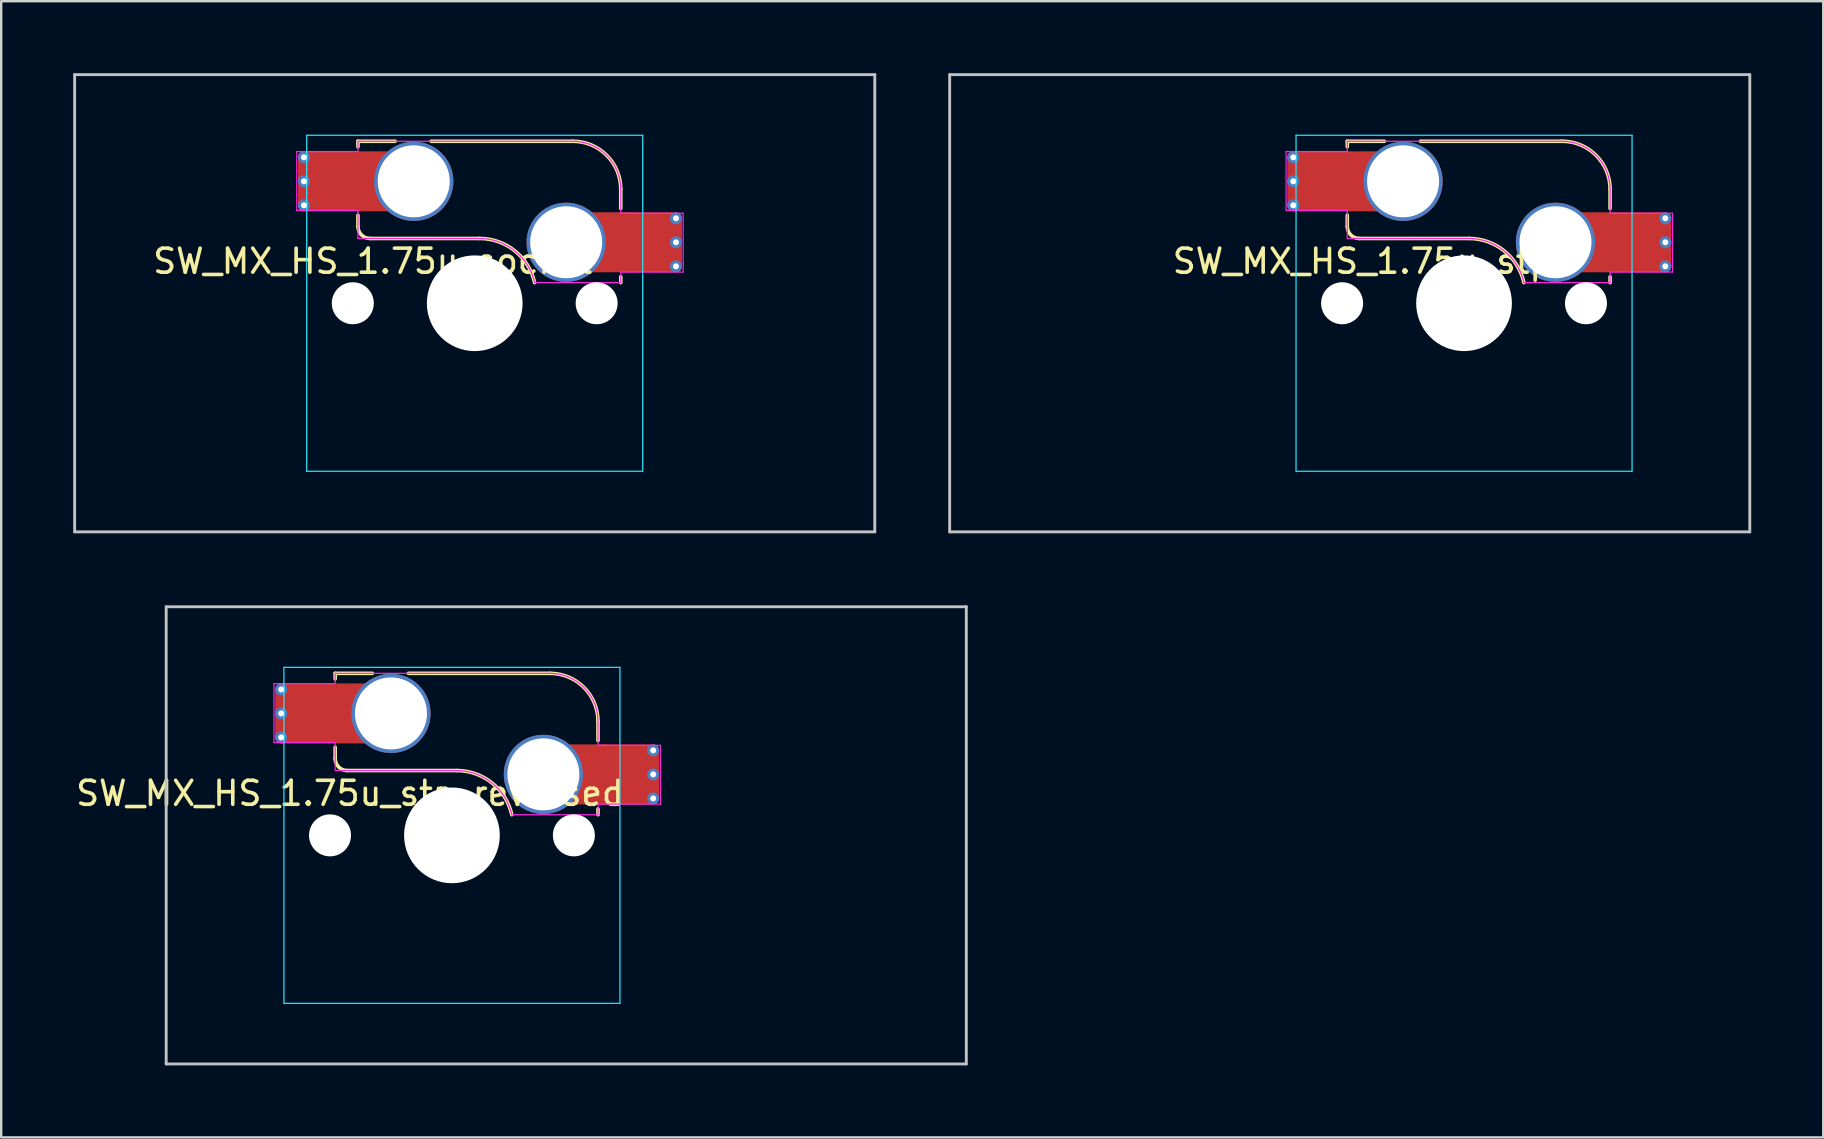
<source format=kicad_pcb>
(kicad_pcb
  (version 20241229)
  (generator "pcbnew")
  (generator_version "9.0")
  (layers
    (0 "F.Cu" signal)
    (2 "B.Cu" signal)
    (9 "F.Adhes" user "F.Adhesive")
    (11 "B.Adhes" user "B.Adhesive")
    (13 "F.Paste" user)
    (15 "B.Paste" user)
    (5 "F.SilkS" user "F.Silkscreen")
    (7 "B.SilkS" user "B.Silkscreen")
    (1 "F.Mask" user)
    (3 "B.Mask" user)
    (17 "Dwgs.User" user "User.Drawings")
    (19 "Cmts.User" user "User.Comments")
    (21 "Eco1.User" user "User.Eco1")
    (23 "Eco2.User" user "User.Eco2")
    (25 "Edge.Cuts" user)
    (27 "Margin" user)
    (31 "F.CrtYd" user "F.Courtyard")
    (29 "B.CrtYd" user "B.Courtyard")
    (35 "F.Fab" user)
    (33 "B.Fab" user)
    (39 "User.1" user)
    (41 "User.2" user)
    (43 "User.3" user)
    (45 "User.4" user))
  (footprint "SW_MX_HS_1.75u_stp"
    (layer "F.Cu")
    (at 57.949 9.585)
    (property "Reference" "SW_MX_HS_1.75u_stp" (at -4.25 -1.75 0) (layer "F.SilkS") (effects (font (size 1 1) (thickness 0.15))))
    (attr smd)
    (fp_line (start -4.865 -6.75) (end -4.865 -6.52) (stroke (width 0.15) (type solid)) (layer "F.SilkS"))
    (fp_line (start -4.865 -3.67) (end -4.865 -3.2) (stroke (width 0.15) (type solid)) (layer "F.SilkS"))
    (fp_line (start -4.365 -2.7) (end 0.2 -2.7) (stroke (width 0.15) (type solid)) (layer "F.SilkS"))
    (fp_line (start -3.315 -6.75) (end -4.865 -6.75) (stroke (width 0.15) (type solid)) (layer "F.SilkS"))
    (fp_line (start 4.085 -6.75) (end -1.815 -6.75) (stroke (width 0.15) (type solid)) (layer "F.SilkS"))
    (fp_line (start 6.085 -3.95) (end 6.085 -4.75) (stroke (width 0.15) (type solid)) (layer "F.SilkS"))
    (fp_line (start 6.085 -1.1) (end 6.085 -0.86) (stroke (width 0.15) (type solid)) (layer "F.SilkS"))
    (fp_arc (start -4.364824 -2.70022) (mid -4.718377 -2.846667) (end -4.864824 -3.20022) (stroke (width 0.15) (type solid)) (layer "F.SilkS"))
    (fp_arc (start 0.2 -2.70022) (mid 1.670693 -2.183637) (end 2.494322 -0.86022) (stroke (width 0.15) (type solid)) (layer "F.SilkS"))
    (fp_arc (start 4.085176 -6.75022) (mid 5.49939 -6.164434) (end 6.085176 -4.75022) (stroke (width 0.15) (type solid)) (layer "F.SilkS"))
    (fp_line (start -21.431 -9.525) (end 11.906 -9.525) (stroke (width 0.12) (type solid)) (layer "Dwgs.User"))
    (fp_line (start -21.431 9.525) (end -21.431 -9.525) (stroke (width 0.12) (type solid)) (layer "Dwgs.User"))
    (fp_line (start 11.906 -9.525) (end 11.906 9.525) (stroke (width 0.12) (type solid)) (layer "Dwgs.User"))
    (fp_line (start 11.906 9.525) (end -21.431 9.525) (stroke (width 0.12) (type solid)) (layer "Dwgs.User"))
    (fp_line (start -7 -6.5) (end -7 6.5) (stroke (width 0.05) (type solid)) (layer "Eco2.User"))
    (fp_line (start -6.5 7) (end 6.5 7) (stroke (width 0.05) (type solid)) (layer "Eco2.User"))
    (fp_line (start 6.5 -7) (end -6.5 -7) (stroke (width 0.05) (type solid)) (layer "Eco2.User"))
    (fp_line (start 7 6.5) (end 7 -6.5) (stroke (width 0.05) (type solid)) (layer "Eco2.User"))
    (fp_arc (start -7 -6.5) (mid -6.853553 -6.853553) (end -6.5 -7) (stroke (width 0.05) (type solid)) (layer "Eco2.User"))
    (fp_arc (start -6.497236 6.998884) (mid -6.850789 6.852437) (end -6.997236 6.498884) (stroke (width 0.05) (type solid)) (layer "Eco2.User"))
    (fp_arc (start 6.5 -7) (mid 6.853553 -6.853553) (end 7 -6.5) (stroke (width 0.05) (type solid)) (layer "Eco2.User"))
    (fp_arc (start 7 6.5) (mid 6.853553 6.853553) (end 6.5 7) (stroke (width 0.05) (type solid)) (layer "Eco2.User"))
    (fp_line (start -7 -7) (end 7 -7) (stroke (width 0.05) (type solid)) (layer "B.CrtYd"))
    (fp_line (start -7 7) (end -7 -7) (stroke (width 0.05) (type solid)) (layer "B.CrtYd"))
    (fp_line (start 7 -7) (end 7 7) (stroke (width 0.05) (type solid)) (layer "B.CrtYd"))
    (fp_line (start 7 7) (end -7 7) (stroke (width 0.05) (type solid)) (layer "B.CrtYd"))
    (fp_line (start -7.415 -6.32) (end -4.865 -6.32) (stroke (width 0.05) (type solid)) (layer "F.CrtYd"))
    (fp_line (start -7.415 -3.87) (end -7.415 -6.32) (stroke (width 0.05) (type solid)) (layer "F.CrtYd"))
    (fp_line (start -4.865 -6.75) (end -4.865 -6.32) (stroke (width 0.05) (type solid)) (layer "F.CrtYd"))
    (fp_line (start -4.865 -3.87) (end -7.415 -3.87) (stroke (width 0.05) (type solid)) (layer "F.CrtYd"))
    (fp_line (start -4.865 -3.87) (end -4.865 -2.7) (stroke (width 0.05) (type solid)) (layer "F.CrtYd"))
    (fp_line (start -4.865 -2.7) (end 0.2 -2.7) (stroke (width 0.05) (type solid)) (layer "F.CrtYd"))
    (fp_line (start 4.085 -6.75) (end -4.865 -6.75) (stroke (width 0.05) (type solid)) (layer "F.CrtYd"))
    (fp_line (start 6.085 -3.75) (end 6.085 -4.75) (stroke (width 0.05) (type solid)) (layer "F.CrtYd"))
    (fp_line (start 6.085 -3.75) (end 8.685 -3.75) (stroke (width 0.05) (type solid)) (layer "F.CrtYd"))
    (fp_line (start 6.085 -1.3) (end 6.085 -0.86) (stroke (width 0.05) (type solid)) (layer "F.CrtYd"))
    (fp_line (start 6.085 -0.86) (end 2.494 -0.86) (stroke (width 0.05) (type solid)) (layer "F.CrtYd"))
    (fp_line (start 8.685 -3.75) (end 8.685 -1.3) (stroke (width 0.05) (type solid)) (layer "F.CrtYd"))
    (fp_line (start 8.685 -1.3) (end 6.085 -1.3) (stroke (width 0.05) (type solid)) (layer "F.CrtYd"))
    (fp_arc (start 0.2 -2.70022) (mid 1.670503 -2.183399) (end 2.494322 -0.86022) (stroke (width 0.05) (type solid)) (layer "F.CrtYd"))
    (fp_arc (start 4.085176 -6.75022) (mid 5.49939 -6.164434) (end 6.085176 -4.75022) (stroke (width 0.05) (type solid)) (layer "F.CrtYd"))
    (pad "" np_thru_hole circle (at -5.08 0) (size 1.75 1.75) (drill 1.75) (layers "*.Cu" "*.Mask"))
    (pad "" np_thru_hole circle (at 0 0) (size 3.988 3.988) (drill 3.988) (layers "*.Cu" "*.Mask"))
    (pad "" np_thru_hole circle (at 5.08 0) (size 1.75 1.75) (drill 1.75) (layers "*.Cu" "*.Mask"))
    (pad "1" thru_hole circle (at 3.81 -2.54) (size 3.3 3.3) (drill 3) (layers "*.Cu" "*.Mask"))
    (pad "1" smd rect (at 5.635 -2.54 180) (size 1.65 2.5) (layers "F.Cu"))
    (pad "1" smd roundrect (at 7.36 -2.54) (size 2.55 2.5) (layers "F.Cu" "F.Mask" "F.Paste") (roundrect_rratio 0.1))
    (pad "1" thru_hole circle (at 8.385 -3.54) (size 0.5 0.5) (drill 0.25) (layers "*.Cu"))
    (pad "1" thru_hole circle (at 8.385 -2.54) (size 0.5 0.5) (drill 0.25) (layers "*.Cu"))
    (pad "1" thru_hole circle (at 8.385 -1.54) (size 0.5 0.5) (drill 0.25) (layers "*.Cu"))
    (pad "2" thru_hole circle (at -7.115 -6.08) (size 0.5 0.5) (drill 0.25) (layers "*.Cu"))
    (pad "2" thru_hole circle (at -7.115 -5.08) (size 0.5 0.5) (drill 0.25) (layers "*.Cu"))
    (pad "2" thru_hole circle (at -7.115 -4.08) (size 0.5 0.5) (drill 0.25) (layers "*.Cu"))
    (pad "2" smd roundrect (at -6.09 -5.08) (size 2.55 2.5) (layers "F.Cu" "F.Mask" "F.Paste") (roundrect_rratio 0.1))
    (pad "2" smd rect (at -4.34 -5.08) (size 1.65 2.5) (layers "F.Cu"))
    (pad "2" thru_hole circle (at -2.54 -5.08) (size 3.3 3.3) (drill 3) (layers "*.Cu" "*.Mask")))
  (footprint "SW_MX_HS_1.75u_socket"
    (layer "F.Cu")
    (at 16.729 9.585)
    (property "Reference" "SW_MX_HS_1.75u_socket" (at -4.25 -1.75 0) (layer "F.SilkS") (effects (font (size 1 1) (thickness 0.15))))
    (attr smd)
    (fp_line (start -4.865 -6.75) (end -4.865 -6.52) (stroke (width 0.15) (type solid)) (layer "F.SilkS"))
    (fp_line (start -4.865 -3.67) (end -4.865 -3.2) (stroke (width 0.15) (type solid)) (layer "F.SilkS"))
    (fp_line (start -4.365 -2.7) (end 0.2 -2.7) (stroke (width 0.15) (type solid)) (layer "F.SilkS"))
    (fp_line (start -3.315 -6.75) (end -4.865 -6.75) (stroke (width 0.15) (type solid)) (layer "F.SilkS"))
    (fp_line (start 4.085 -6.75) (end -1.815 -6.75) (stroke (width 0.15) (type solid)) (layer "F.SilkS"))
    (fp_line (start 6.085 -3.95) (end 6.085 -4.75) (stroke (width 0.15) (type solid)) (layer "F.SilkS"))
    (fp_line (start 6.085 -1.1) (end 6.085 -0.86) (stroke (width 0.15) (type solid)) (layer "F.SilkS"))
    (fp_arc (start -4.364824 -2.70022) (mid -4.718377 -2.846667) (end -4.864824 -3.20022) (stroke (width 0.15) (type solid)) (layer "F.SilkS"))
    (fp_arc (start 0.2 -2.70022) (mid 1.670693 -2.183637) (end 2.494322 -0.86022) (stroke (width 0.15) (type solid)) (layer "F.SilkS"))
    (fp_arc (start 4.085176 -6.75022) (mid 5.49939 -6.164434) (end 6.085176 -4.75022) (stroke (width 0.15) (type solid)) (layer "F.SilkS"))
    (fp_line (start -16.669 -9.525) (end 16.669 -9.525) (stroke (width 0.12) (type solid)) (layer "Dwgs.User"))
    (fp_line (start -16.669 9.525) (end -16.669 -9.525) (stroke (width 0.12) (type solid)) (layer "Dwgs.User"))
    (fp_line (start 16.669 -9.525) (end 16.669 9.525) (stroke (width 0.12) (type solid)) (layer "Dwgs.User"))
    (fp_line (start 16.669 9.525) (end -16.669 9.525) (stroke (width 0.12) (type solid)) (layer "Dwgs.User"))
    (fp_line (start -7 -6.5) (end -7 6.5) (stroke (width 0.05) (type solid)) (layer "Eco2.User"))
    (fp_line (start -6.5 7) (end 6.5 7) (stroke (width 0.05) (type solid)) (layer "Eco2.User"))
    (fp_line (start 6.5 -7) (end -6.5 -7) (stroke (width 0.05) (type solid)) (layer "Eco2.User"))
    (fp_line (start 7 6.5) (end 7 -6.5) (stroke (width 0.05) (type solid)) (layer "Eco2.User"))
    (fp_arc (start -7 -6.5) (mid -6.853553 -6.853553) (end -6.5 -7) (stroke (width 0.05) (type solid)) (layer "Eco2.User"))
    (fp_arc (start -6.497236 6.998884) (mid -6.850789 6.852437) (end -6.997236 6.498884) (stroke (width 0.05) (type solid)) (layer "Eco2.User"))
    (fp_arc (start 6.5 -7) (mid 6.853553 -6.853553) (end 7 -6.5) (stroke (width 0.05) (type solid)) (layer "Eco2.User"))
    (fp_arc (start 7 6.5) (mid 6.853553 6.853553) (end 6.5 7) (stroke (width 0.05) (type solid)) (layer "Eco2.User"))
    (fp_line (start -7 -7) (end 7 -7) (stroke (width 0.05) (type solid)) (layer "B.CrtYd"))
    (fp_line (start -7 7) (end -7 -7) (stroke (width 0.05) (type solid)) (layer "B.CrtYd"))
    (fp_line (start 7 -7) (end 7 7) (stroke (width 0.05) (type solid)) (layer "B.CrtYd"))
    (fp_line (start 7 7) (end -7 7) (stroke (width 0.05) (type solid)) (layer "B.CrtYd"))
    (fp_line (start -7.415 -6.32) (end -4.865 -6.32) (stroke (width 0.05) (type solid)) (layer "F.CrtYd"))
    (fp_line (start -7.415 -3.87) (end -7.415 -6.32) (stroke (width 0.05) (type solid)) (layer "F.CrtYd"))
    (fp_line (start -4.865 -6.75) (end -4.865 -6.32) (stroke (width 0.05) (type solid)) (layer "F.CrtYd"))
    (fp_line (start -4.865 -3.87) (end -7.415 -3.87) (stroke (width 0.05) (type solid)) (layer "F.CrtYd"))
    (fp_line (start -4.865 -3.87) (end -4.865 -2.7) (stroke (width 0.05) (type solid)) (layer "F.CrtYd"))
    (fp_line (start -4.865 -2.7) (end 0.2 -2.7) (stroke (width 0.05) (type solid)) (layer "F.CrtYd"))
    (fp_line (start 4.085 -6.75) (end -4.865 -6.75) (stroke (width 0.05) (type solid)) (layer "F.CrtYd"))
    (fp_line (start 6.085 -3.75) (end 6.085 -4.75) (stroke (width 0.05) (type solid)) (layer "F.CrtYd"))
    (fp_line (start 6.085 -3.75) (end 8.685 -3.75) (stroke (width 0.05) (type solid)) (layer "F.CrtYd"))
    (fp_line (start 6.085 -1.3) (end 6.085 -0.86) (stroke (width 0.05) (type solid)) (layer "F.CrtYd"))
    (fp_line (start 6.085 -0.86) (end 2.494 -0.86) (stroke (width 0.05) (type solid)) (layer "F.CrtYd"))
    (fp_line (start 8.685 -3.75) (end 8.685 -1.3) (stroke (width 0.05) (type solid)) (layer "F.CrtYd"))
    (fp_line (start 8.685 -1.3) (end 6.085 -1.3) (stroke (width 0.05) (type solid)) (layer "F.CrtYd"))
    (fp_arc (start 0.2 -2.70022) (mid 1.670503 -2.183399) (end 2.494322 -0.86022) (stroke (width 0.05) (type solid)) (layer "F.CrtYd"))
    (fp_arc (start 4.085176 -6.75022) (mid 5.49939 -6.164434) (end 6.085176 -4.75022) (stroke (width 0.05) (type solid)) (layer "F.CrtYd"))
    (pad "" np_thru_hole circle (at -5.08 0) (size 1.75 1.75) (drill 1.75) (layers "*.Cu" "*.Mask"))
    (pad "" np_thru_hole circle (at 0 0) (size 3.988 3.988) (drill 3.988) (layers "*.Cu" "*.Mask"))
    (pad "" np_thru_hole circle (at 5.08 0) (size 1.75 1.75) (drill 1.75) (layers "*.Cu" "*.Mask"))
    (pad "1" thru_hole circle (at 3.81 -2.54) (size 3.3 3.3) (drill 3) (layers "*.Cu" "*.Mask"))
    (pad "1" smd rect (at 5.635 -2.54 180) (size 1.65 2.5) (layers "F.Cu"))
    (pad "1" smd roundrect (at 7.36 -2.54) (size 2.55 2.5) (layers "F.Cu" "F.Mask" "F.Paste") (roundrect_rratio 0.1))
    (pad "1" thru_hole circle (at 8.385 -3.54) (size 0.5 0.5) (drill 0.25) (layers "*.Cu"))
    (pad "1" thru_hole circle (at 8.385 -2.54) (size 0.5 0.5) (drill 0.25) (layers "*.Cu"))
    (pad "1" thru_hole circle (at 8.385 -1.54) (size 0.5 0.5) (drill 0.25) (layers "*.Cu"))
    (pad "2" thru_hole circle (at -7.115 -6.08) (size 0.5 0.5) (drill 0.25) (layers "*.Cu"))
    (pad "2" thru_hole circle (at -7.115 -5.08) (size 0.5 0.5) (drill 0.25) (layers "*.Cu"))
    (pad "2" thru_hole circle (at -7.115 -4.08) (size 0.5 0.5) (drill 0.25) (layers "*.Cu"))
    (pad "2" smd roundrect (at -6.09 -5.08) (size 2.55 2.5) (layers "F.Cu" "F.Mask" "F.Paste") (roundrect_rratio 0.1))
    (pad "2" smd rect (at -4.34 -5.08) (size 1.65 2.5) (layers "F.Cu"))
    (pad "2" thru_hole circle (at -2.54 -5.08) (size 3.3 3.3) (drill 3) (layers "*.Cu" "*.Mask")))
  (footprint "SW_MX_HS_1.75u_stp_reversed"
    (layer "F.Cu")
    (at 15.78 31.755)
    (property "Reference" "SW_MX_HS_1.75u_stp_reversed" (at -4.25 -1.75 0) (layer "F.SilkS") (effects (font (size 1 1) (thickness 0.15))))
    (attr smd)
    (fp_line (start -4.865 -6.75) (end -4.865 -6.52) (stroke (width 0.15) (type solid)) (layer "F.SilkS"))
    (fp_line (start -4.865 -3.67) (end -4.865 -3.2) (stroke (width 0.15) (type solid)) (layer "F.SilkS"))
    (fp_line (start -4.365 -2.7) (end 0.2 -2.7) (stroke (width 0.15) (type solid)) (layer "F.SilkS"))
    (fp_line (start -3.315 -6.75) (end -4.865 -6.75) (stroke (width 0.15) (type solid)) (layer "F.SilkS"))
    (fp_line (start 4.085 -6.75) (end -1.815 -6.75) (stroke (width 0.15) (type solid)) (layer "F.SilkS"))
    (fp_line (start 6.085 -3.95) (end 6.085 -4.75) (stroke (width 0.15) (type solid)) (layer "F.SilkS"))
    (fp_line (start 6.085 -1.1) (end 6.085 -0.86) (stroke (width 0.15) (type solid)) (layer "F.SilkS"))
    (fp_arc (start -4.364824 -2.70022) (mid -4.718377 -2.846667) (end -4.864824 -3.20022) (stroke (width 0.15) (type solid)) (layer "F.SilkS"))
    (fp_arc (start 0.2 -2.70022) (mid 1.670693 -2.183637) (end 2.494322 -0.86022) (stroke (width 0.15) (type solid)) (layer "F.SilkS"))
    (fp_arc (start 4.085176 -6.75022) (mid 5.49939 -6.164434) (end 6.085176 -4.75022) (stroke (width 0.15) (type solid)) (layer "F.SilkS"))
    (fp_line (start -11.906 -9.525) (end 21.431 -9.525) (stroke (width 0.12) (type solid)) (layer "Dwgs.User"))
    (fp_line (start -11.906 9.525) (end -11.906 -9.525) (stroke (width 0.12) (type solid)) (layer "Dwgs.User"))
    (fp_line (start 21.431 -9.525) (end 21.431 9.525) (stroke (width 0.12) (type solid)) (layer "Dwgs.User"))
    (fp_line (start 21.431 9.525) (end -11.906 9.525) (stroke (width 0.12) (type solid)) (layer "Dwgs.User"))
    (fp_line (start -7 -6.5) (end -7 6.5) (stroke (width 0.05) (type solid)) (layer "Eco2.User"))
    (fp_line (start -6.5 7) (end 6.5 7) (stroke (width 0.05) (type solid)) (layer "Eco2.User"))
    (fp_line (start 6.5 -7) (end -6.5 -7) (stroke (width 0.05) (type solid)) (layer "Eco2.User"))
    (fp_line (start 7 6.5) (end 7 -6.5) (stroke (width 0.05) (type solid)) (layer "Eco2.User"))
    (fp_arc (start -7 -6.5) (mid -6.853553 -6.853553) (end -6.5 -7) (stroke (width 0.05) (type solid)) (layer "Eco2.User"))
    (fp_arc (start -6.497236 6.998884) (mid -6.850789 6.852437) (end -6.997236 6.498884) (stroke (width 0.05) (type solid)) (layer "Eco2.User"))
    (fp_arc (start 6.5 -7) (mid 6.853553 -6.853553) (end 7 -6.5) (stroke (width 0.05) (type solid)) (layer "Eco2.User"))
    (fp_arc (start 7 6.5) (mid 6.853553 6.853553) (end 6.5 7) (stroke (width 0.05) (type solid)) (layer "Eco2.User"))
    (fp_line (start -7 -7) (end 7 -7) (stroke (width 0.05) (type solid)) (layer "B.CrtYd"))
    (fp_line (start -7 7) (end -7 -7) (stroke (width 0.05) (type solid)) (layer "B.CrtYd"))
    (fp_line (start 7 -7) (end 7 7) (stroke (width 0.05) (type solid)) (layer "B.CrtYd"))
    (fp_line (start 7 7) (end -7 7) (stroke (width 0.05) (type solid)) (layer "B.CrtYd"))
    (fp_line (start -7.415 -6.32) (end -4.865 -6.32) (stroke (width 0.05) (type solid)) (layer "F.CrtYd"))
    (fp_line (start -7.415 -3.87) (end -7.415 -6.32) (stroke (width 0.05) (type solid)) (layer "F.CrtYd"))
    (fp_line (start -4.865 -6.75) (end -4.865 -6.32) (stroke (width 0.05) (type solid)) (layer "F.CrtYd"))
    (fp_line (start -4.865 -3.87) (end -7.415 -3.87) (stroke (width 0.05) (type solid)) (layer "F.CrtYd"))
    (fp_line (start -4.865 -3.87) (end -4.865 -2.7) (stroke (width 0.05) (type solid)) (layer "F.CrtYd"))
    (fp_line (start -4.865 -2.7) (end 0.2 -2.7) (stroke (width 0.05) (type solid)) (layer "F.CrtYd"))
    (fp_line (start 4.085 -6.75) (end -4.865 -6.75) (stroke (width 0.05) (type solid)) (layer "F.CrtYd"))
    (fp_line (start 6.085 -3.75) (end 6.085 -4.75) (stroke (width 0.05) (type solid)) (layer "F.CrtYd"))
    (fp_line (start 6.085 -3.75) (end 8.685 -3.75) (stroke (width 0.05) (type solid)) (layer "F.CrtYd"))
    (fp_line (start 6.085 -1.3) (end 6.085 -0.86) (stroke (width 0.05) (type solid)) (layer "F.CrtYd"))
    (fp_line (start 6.085 -0.86) (end 2.494 -0.86) (stroke (width 0.05) (type solid)) (layer "F.CrtYd"))
    (fp_line (start 8.685 -3.75) (end 8.685 -1.3) (stroke (width 0.05) (type solid)) (layer "F.CrtYd"))
    (fp_line (start 8.685 -1.3) (end 6.085 -1.3) (stroke (width 0.05) (type solid)) (layer "F.CrtYd"))
    (fp_arc (start 0.2 -2.70022) (mid 1.670503 -2.183399) (end 2.494322 -0.86022) (stroke (width 0.05) (type solid)) (layer "F.CrtYd"))
    (fp_arc (start 4.085176 -6.75022) (mid 5.49939 -6.164434) (end 6.085176 -4.75022) (stroke (width 0.05) (type solid)) (layer "F.CrtYd"))
    (pad "" np_thru_hole circle (at -5.08 0) (size 1.75 1.75) (drill 1.75) (layers "*.Cu" "*.Mask"))
    (pad "" np_thru_hole circle (at 0 0) (size 3.988 3.988) (drill 3.988) (layers "*.Cu" "*.Mask"))
    (pad "" np_thru_hole circle (at 5.08 0) (size 1.75 1.75) (drill 1.75) (layers "*.Cu" "*.Mask"))
    (pad "1" thru_hole circle (at 3.81 -2.54) (size 3.3 3.3) (drill 3) (layers "*.Cu" "*.Mask"))
    (pad "1" smd rect (at 5.635 -2.54 180) (size 1.65 2.5) (layers "F.Cu"))
    (pad "1" smd roundrect (at 7.36 -2.54) (size 2.55 2.5) (layers "F.Cu" "F.Mask" "F.Paste") (roundrect_rratio 0.1))
    (pad "1" thru_hole circle (at 8.385 -3.54) (size 0.5 0.5) (drill 0.25) (layers "*.Cu"))
    (pad "1" thru_hole circle (at 8.385 -2.54) (size 0.5 0.5) (drill 0.25) (layers "*.Cu"))
    (pad "1" thru_hole circle (at 8.385 -1.54) (size 0.5 0.5) (drill 0.25) (layers "*.Cu"))
    (pad "2" thru_hole circle (at -7.115 -6.08) (size 0.5 0.5) (drill 0.25) (layers "*.Cu"))
    (pad "2" thru_hole circle (at -7.115 -5.08) (size 0.5 0.5) (drill 0.25) (layers "*.Cu"))
    (pad "2" thru_hole circle (at -7.115 -4.08) (size 0.5 0.5) (drill 0.25) (layers "*.Cu"))
    (pad "2" smd roundrect (at -6.09 -5.08) (size 2.55 2.5) (layers "F.Cu" "F.Mask" "F.Paste") (roundrect_rratio 0.1))
    (pad "2" smd rect (at -4.34 -5.08) (size 1.65 2.5) (layers "F.Cu"))
    (pad "2" thru_hole circle (at -2.54 -5.08) (size 3.3 3.3) (drill 3) (layers "*.Cu" "*.Mask")))
  (gr_rect
    (start -3 -3)
    (end 72.915 44.34)
    (stroke (width 0.1) (type default))
    (fill no)
    (layer "Edge.Cuts")))
</source>
